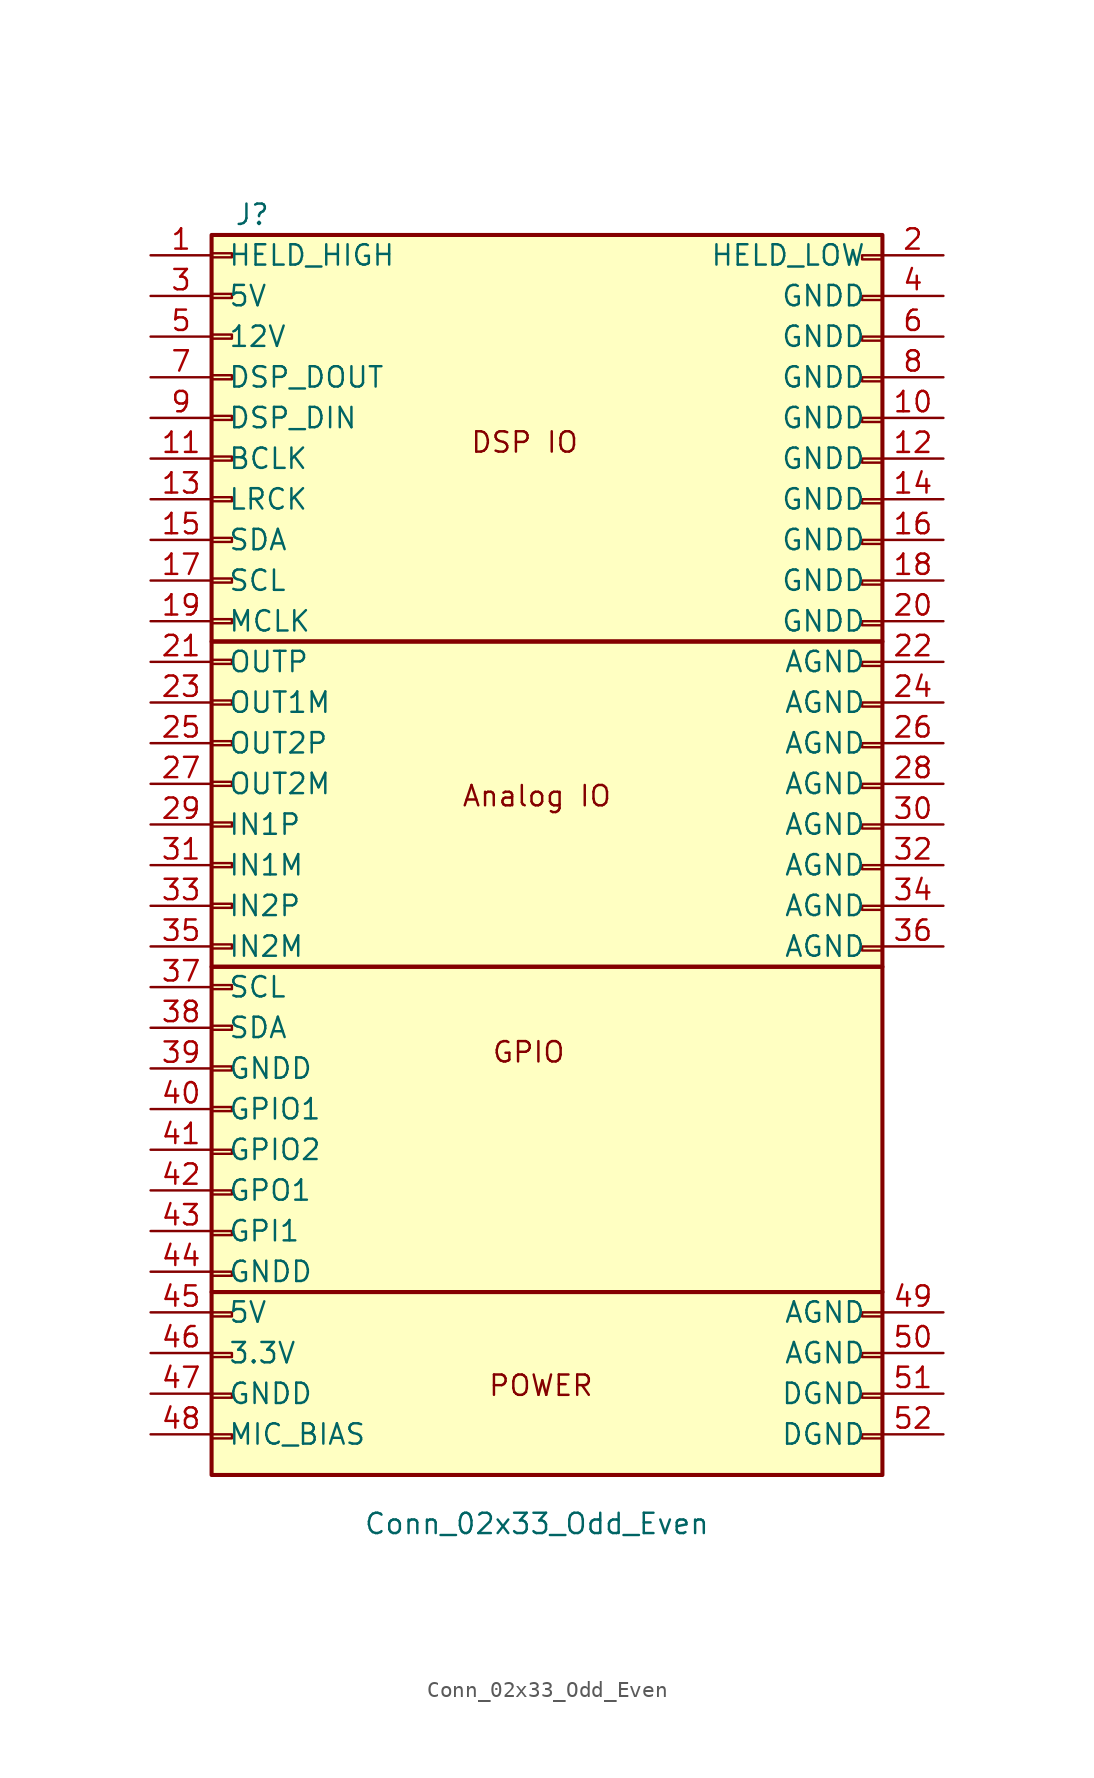
<source format=kicad_sym>
(kicad_symbol_lib
  (version 20241209)
  (generator "kicad_symbol_editor")
  (generator_version "9.0")
  (symbol "Conn_02x33_Odd_Even"
    (pin_names
      (offset 1.016))
    (property "Reference" "J"
      (at -17.78 43.18 0)
      (effects (font (size 1.27 1.27))))
    (property "Value" "Conn_02x33_Odd_Even"
      (at 0 -38.608 0)
      (effects (font (size 1.27 1.27))))
    (symbol "Conn_02x33_Odd_Even_1_1"
      (rectangle (start -20.32 41.91) (end 21.59 16.51) (stroke (width 0.254) (type default)) (fill (type background)))
      (rectangle (start -20.32 40.767) (end -19.05 40.513) (stroke (width 0.152) (type default)) (fill (type none)))
      (rectangle (start -20.32 38.227) (end -19.05 37.973) (stroke (width 0.152) (type default)) (fill (type none)))
      (rectangle (start -20.32 35.687) (end -19.05 35.433) (stroke (width 0.152) (type default)) (fill (type none)))
      (rectangle (start -20.32 33.147) (end -19.05 32.893) (stroke (width 0.152) (type default)) (fill (type none)))
      (rectangle (start -20.32 30.607) (end -19.05 30.353) (stroke (width 0.152) (type default)) (fill (type none)))
      (rectangle (start -20.32 28.067) (end -19.05 27.813) (stroke (width 0.152) (type default)) (fill (type none)))
      (rectangle (start -20.32 25.527) (end -19.05 25.273) (stroke (width 0.152) (type default)) (fill (type none)))
      (rectangle (start -20.32 22.987) (end -19.05 22.733) (stroke (width 0.152) (type default)) (fill (type none)))
      (rectangle (start -20.32 20.447) (end -19.05 20.193) (stroke (width 0.152) (type default)) (fill (type none)))
      (rectangle (start -20.32 17.907) (end -19.05 17.653) (stroke (width 0.152) (type default)) (fill (type none)))
      (rectangle (start -20.32 16.51) (end 21.59 -3.81) (stroke (width 0.254) (type default)) (fill (type background)))
      (rectangle (start -20.32 15.367) (end -19.05 15.113) (stroke (width 0.152) (type default)) (fill (type none)))
      (rectangle (start -20.32 12.827) (end -19.05 12.573) (stroke (width 0.152) (type default)) (fill (type none)))
      (rectangle (start -20.32 10.287) (end -19.05 10.033) (stroke (width 0.152) (type default)) (fill (type none)))
      (rectangle (start -20.32 7.747) (end -19.05 7.493) (stroke (width 0.152) (type default)) (fill (type none)))
      (rectangle (start -20.32 5.207) (end -19.05 4.953) (stroke (width 0.152) (type default)) (fill (type none)))
      (rectangle (start -20.32 2.667) (end -19.05 2.413) (stroke (width 0.152) (type default)) (fill (type none)))
      (rectangle (start -20.32 0.127) (end -19.05 -0.127) (stroke (width 0.152) (type default)) (fill (type none)))
      (rectangle (start -20.32 -2.413) (end -19.05 -2.667) (stroke (width 0.152) (type default)) (fill (type none)))
      (rectangle (start -20.32 -3.81) (end 21.59 -24.13) (stroke (width 0.254) (type default)) (fill (type background)))
      (rectangle (start -20.32 -4.953) (end -19.05 -5.207) (stroke (width 0.152) (type default)) (fill (type none)))
      (rectangle (start -20.32 -7.493) (end -19.05 -7.747) (stroke (width 0.152) (type default)) (fill (type none)))
      (rectangle (start -20.32 -10.033) (end -19.05 -10.287) (stroke (width 0.152) (type default)) (fill (type none)))
      (rectangle (start -20.32 -12.573) (end -19.05 -12.827) (stroke (width 0.152) (type default)) (fill (type none)))
      (rectangle (start -20.32 -20.32) (end -19.05 -20.574) (stroke (width 0.152) (type default)) (fill (type none)))
      (rectangle (start -20.32 -24.13) (end 21.59 -35.56) (stroke (width 0.254) (type default)) (fill (type background)))
      (rectangle (start -20.32 -25.4) (end -19.05 -25.654) (stroke (width 0.152) (type default)) (fill (type none)))
      (rectangle (start -20.32 -27.94) (end -19.05 -28.194) (stroke (width 0.152) (type default)) (fill (type none)))
      (rectangle (start -20.32 -30.48) (end -19.05 -30.734) (stroke (width 0.152) (type default)) (fill (type none)))
      (rectangle (start -20.32 -33.02) (end -19.05 -33.274) (stroke (width 0.152) (type default)) (fill (type none)))
      (rectangle (start -19.05 -15.24) (end -20.32 -15.494) (stroke (width 0.152) (type default)) (fill (type none)))
      (rectangle (start -19.05 -17.78) (end -20.32 -18.034) (stroke (width 0.152) (type default)) (fill (type none)))
      (rectangle (start -19.05 -22.86) (end -20.32 -23.114) (stroke (width 0.152) (type default)) (fill (type none)))
      (rectangle (start 20.32 -25.4) (end 21.59 -25.654) (stroke (width 0.152) (type default)) (fill (type none)))
      (rectangle (start 20.32 -27.94) (end 21.59 -28.194) (stroke (width 0.152) (type default)) (fill (type none)))
      (rectangle (start 20.32 -30.48) (end 21.59 -30.734) (stroke (width 0.152) (type default)) (fill (type none)))
      (rectangle (start 20.32 -33.02) (end 21.59 -33.274) (stroke (width 0.152) (type default)) (fill (type none)))
      (rectangle (start 21.59 40.64) (end 20.32 40.386) (stroke (width 0.152) (type default)) (fill (type none)))
      (rectangle (start 21.59 38.1) (end 20.32 37.846) (stroke (width 0.152) (type default)) (fill (type none)))
      (rectangle (start 21.59 35.56) (end 20.32 35.306) (stroke (width 0.152) (type default)) (fill (type none)))
      (rectangle (start 21.59 33.02) (end 20.32 32.766) (stroke (width 0.152) (type default)) (fill (type none)))
      (rectangle (start 21.59 30.48) (end 20.32 30.226) (stroke (width 0.152) (type default)) (fill (type none)))
      (rectangle (start 21.59 27.94) (end 20.32 27.686) (stroke (width 0.152) (type default)) (fill (type none)))
      (rectangle (start 21.59 25.4) (end 20.32 25.146) (stroke (width 0.152) (type default)) (fill (type none)))
      (rectangle (start 21.59 22.86) (end 20.32 22.606) (stroke (width 0.152) (type default)) (fill (type none)))
      (rectangle (start 21.59 20.32) (end 20.32 20.066) (stroke (width 0.152) (type default)) (fill (type none)))
      (rectangle (start 21.59 17.78) (end 20.32 17.526) (stroke (width 0.152) (type default)) (fill (type none)))
      (rectangle (start 21.59 15.24) (end 20.32 14.986) (stroke (width 0.152) (type default)) (fill (type none)))
      (rectangle (start 21.59 12.7) (end 20.32 12.446) (stroke (width 0.152) (type default)) (fill (type none)))
      (rectangle (start 21.59 10.16) (end 20.32 9.906) (stroke (width 0.152) (type default)) (fill (type none)))
      (rectangle (start 21.59 7.62) (end 20.32 7.366) (stroke (width 0.152) (type default)) (fill (type none)))
      (rectangle (start 21.59 5.08) (end 20.32 4.826) (stroke (width 0.152) (type default)) (fill (type none)))
      (rectangle (start 21.59 2.54) (end 20.32 2.286) (stroke (width 0.152) (type default)) (fill (type none)))
      (rectangle (start 21.59 0) (end 20.32 -0.254) (stroke (width 0.152) (type default)) (fill (type none)))
      (rectangle (start 21.59 -2.54) (end 20.32 -2.794) (stroke (width 0.152) (type default)) (fill (type none)))
      (text "DSP IO" (at -0.762 28.956 0) (effects (font (size 1.27 1.27))))
      (text "GPIO" (at -0.508 -9.144 0) (effects (font (size 1.27 1.27))))
      (text "Analog IO" (at 0 6.858 0) (effects (font (size 1.27 1.27))))
      (text "POWER" (at 0.254 -29.972 0) (effects (font (size 1.27 1.27))))
      (pin passive line (at -24.13 40.64 0) (length 3.81) (name "HELD_HIGH" (effects (font (size 1.27 1.27)))) (number "1" (effects (font (size 1.27 1.27)))))
      (pin passive line (at -24.13 38.1 0) (length 3.81) (name "5V" (effects (font (size 1.27 1.27)))) (number "3" (effects (font (size 1.27 1.27)))))
      (pin passive line (at -24.13 35.56 0) (length 3.81) (name "12V" (effects (font (size 1.27 1.27)))) (number "5" (effects (font (size 1.27 1.27)))))
      (pin passive line (at -24.13 33.02 0) (length 3.81) (name "DSP_DOUT" (effects (font (size 1.27 1.27)))) (number "7" (effects (font (size 1.27 1.27)))))
      (pin passive line (at -24.13 30.48 0) (length 3.81) (name "DSP_DIN" (effects (font (size 1.27 1.27)))) (number "9" (effects (font (size 1.27 1.27)))))
      (pin passive line (at -24.13 27.94 0) (length 3.81) (name "BCLK" (effects (font (size 1.27 1.27)))) (number "11" (effects (font (size 1.27 1.27)))))
      (pin passive line (at -24.13 25.4 0) (length 3.81) (name "LRCK" (effects (font (size 1.27 1.27)))) (number "13" (effects (font (size 1.27 1.27)))))
      (pin passive line (at -24.13 22.86 0) (length 3.81) (name "SDA" (effects (font (size 1.27 1.27)))) (number "15" (effects (font (size 1.27 1.27)))))
      (pin passive line (at -24.13 20.32 0) (length 3.81) (name "SCL" (effects (font (size 1.27 1.27)))) (number "17" (effects (font (size 1.27 1.27)))))
      (pin passive line (at -24.13 17.78 0) (length 3.81) (name "MCLK" (effects (font (size 1.27 1.27)))) (number "19" (effects (font (size 1.27 1.27)))))
      (pin passive line (at -24.13 15.24 0) (length 3.81) (name "OUTP" (effects (font (size 1.27 1.27)))) (number "21" (effects (font (size 1.27 1.27)))))
      (pin passive line (at -24.13 12.7 0) (length 3.81) (name "OUT1M" (effects (font (size 1.27 1.27)))) (number "23" (effects (font (size 1.27 1.27)))))
      (pin passive line (at -24.13 10.16 0) (length 3.81) (name "OUT2P" (effects (font (size 1.27 1.27)))) (number "25" (effects (font (size 1.27 1.27)))))
      (pin passive line (at -24.13 7.62 0) (length 3.81) (name "OUT2M" (effects (font (size 1.27 1.27)))) (number "27" (effects (font (size 1.27 1.27)))))
      (pin passive line (at -24.13 5.08 0) (length 3.81) (name "IN1P" (effects (font (size 1.27 1.27)))) (number "29" (effects (font (size 1.27 1.27)))))
      (pin passive line (at -24.13 2.54 0) (length 3.81) (name "IN1M" (effects (font (size 1.27 1.27)))) (number "31" (effects (font (size 1.27 1.27)))))
      (pin passive line (at -24.13 0 0) (length 3.81) (name "IN2P" (effects (font (size 1.27 1.27)))) (number "33" (effects (font (size 1.27 1.27)))))
      (pin passive line (at -24.13 -2.54 0) (length 3.81) (name "IN2M" (effects (font (size 1.27 1.27)))) (number "35" (effects (font (size 1.27 1.27)))))
      (pin passive line (at -24.13 -5.08 0) (length 3.81) (name "SCL" (effects (font (size 1.27 1.27)))) (number "37" (effects (font (size 1.27 1.27)))))
      (pin passive line (at -24.13 -7.62 0) (length 3.81) (name "SDA" (effects (font (size 1.27 1.27)))) (number "38" (effects (font (size 1.27 1.27)))))
      (pin passive line (at -24.13 -10.16 0) (length 3.81) (name "GNDD" (effects (font (size 1.27 1.27)))) (number "39" (effects (font (size 1.27 1.27)))))
      (pin passive line (at -24.13 -12.7 0) (length 3.81) (name "GPIO1" (effects (font (size 1.27 1.27)))) (number "40" (effects (font (size 1.27 1.27)))))
      (pin passive line (at -24.13 -15.24 0) (length 3.81) (name "GPIO2" (effects (font (size 1.27 1.27)))) (number "41" (effects (font (size 1.27 1.27)))))
      (pin passive line (at -24.13 -17.78 0) (length 3.81) (name "GPO1" (effects (font (size 1.27 1.27)))) (number "42" (effects (font (size 1.27 1.27)))))
      (pin passive line (at -24.13 -20.32 0) (length 3.81) (name "GPI1" (effects (font (size 1.27 1.27)))) (number "43" (effects (font (size 1.27 1.27)))))
      (pin passive line (at -24.13 -22.86 0) (length 3.81) (name "GNDD" (effects (font (size 1.27 1.27)))) (number "44" (effects (font (size 1.27 1.27)))))
      (pin passive line (at -24.13 -25.4 0) (length 3.81) (name "5V" (effects (font (size 1.27 1.27)))) (number "45" (effects (font (size 1.27 1.27)))))
      (pin passive line (at -24.13 -27.94 0) (length 3.81) (name "3.3V" (effects (font (size 1.27 1.27)))) (number "46" (effects (font (size 1.27 1.27)))))
      (pin passive line (at -24.13 -30.48 0) (length 3.81) (name "GNDD" (effects (font (size 1.27 1.27)))) (number "47" (effects (font (size 1.27 1.27)))))
      (pin passive line (at -24.13 -33.02 0) (length 3.81) (name "MIC_BIAS" (effects (font (size 1.27 1.27)))) (number "48" (effects (font (size 1.27 1.27)))))
      (pin passive line (at 25.4 40.64 180) (length 3.81) (name "HELD_LOW" (effects (font (size 1.27 1.27)))) (number "2" (effects (font (size 1.27 1.27)))))
      (pin passive line (at 25.4 38.1 180) (length 3.81) (name "GNDD" (effects (font (size 1.27 1.27)))) (number "4" (effects (font (size 1.27 1.27)))))
      (pin passive line (at 25.4 35.56 180) (length 3.81) (name "GNDD" (effects (font (size 1.27 1.27)))) (number "6" (effects (font (size 1.27 1.27)))))
      (pin passive line (at 25.4 33.02 180) (length 3.81) (name "GNDD" (effects (font (size 1.27 1.27)))) (number "8" (effects (font (size 1.27 1.27)))))
      (pin passive line (at 25.4 30.48 180) (length 3.81) (name "GNDD" (effects (font (size 1.27 1.27)))) (number "10" (effects (font (size 1.27 1.27)))))
      (pin passive line (at 25.4 27.94 180) (length 3.81) (name "GNDD" (effects (font (size 1.27 1.27)))) (number "12" (effects (font (size 1.27 1.27)))))
      (pin passive line (at 25.4 25.4 180) (length 3.81) (name "GNDD" (effects (font (size 1.27 1.27)))) (number "14" (effects (font (size 1.27 1.27)))))
      (pin passive line (at 25.4 22.86 180) (length 3.81) (name "GNDD" (effects (font (size 1.27 1.27)))) (number "16" (effects (font (size 1.27 1.27)))))
      (pin passive line (at 25.4 20.32 180) (length 3.81) (name "GNDD" (effects (font (size 1.27 1.27)))) (number "18" (effects (font (size 1.27 1.27)))))
      (pin passive line (at 25.4 17.78 180) (length 3.81) (name "GNDD" (effects (font (size 1.27 1.27)))) (number "20" (effects (font (size 1.27 1.27)))))
      (pin passive line (at 25.4 15.24 180) (length 3.81) (name "AGND" (effects (font (size 1.27 1.27)))) (number "22" (effects (font (size 1.27 1.27)))))
      (pin passive line (at 25.4 12.7 180) (length 3.81) (name "AGND" (effects (font (size 1.27 1.27)))) (number "24" (effects (font (size 1.27 1.27)))))
      (pin passive line (at 25.4 10.16 180) (length 3.81) (name "AGND" (effects (font (size 1.27 1.27)))) (number "26" (effects (font (size 1.27 1.27)))))
      (pin passive line (at 25.4 7.62 180) (length 3.81) (name "AGND" (effects (font (size 1.27 1.27)))) (number "28" (effects (font (size 1.27 1.27)))))
      (pin passive line (at 25.4 5.08 180) (length 3.81) (name "AGND" (effects (font (size 1.27 1.27)))) (number "30" (effects (font (size 1.27 1.27)))))
      (pin passive line (at 25.4 2.54 180) (length 3.81) (name "AGND" (effects (font (size 1.27 1.27)))) (number "32" (effects (font (size 1.27 1.27)))))
      (pin passive line (at 25.4 0 180) (length 3.81) (name "AGND" (effects (font (size 1.27 1.27)))) (number "34" (effects (font (size 1.27 1.27)))))
      (pin passive line (at 25.4 -2.54 180) (length 3.81) (name "AGND" (effects (font (size 1.27 1.27)))) (number "36" (effects (font (size 1.27 1.27)))))
      (pin passive line (at 25.4 -25.4 180) (length 3.81) (name "AGND" (effects (font (size 1.27 1.27)))) (number "49" (effects (font (size 1.27 1.27)))))
      (pin passive line (at 25.4 -27.94 180) (length 3.81) (name "AGND" (effects (font (size 1.27 1.27)))) (number "50" (effects (font (size 1.27 1.27)))))
      (pin passive line (at 25.4 -30.48 180) (length 3.81) (name "DGND" (effects (font (size 1.27 1.27)))) (number "51" (effects (font (size 1.27 1.27)))))
      (pin passive line (at 25.4 -33.02 180) (length 3.81) (name "DGND" (effects (font (size 1.27 1.27)))) (number "52" (effects (font (size 1.27 1.27))))))))
</source>
